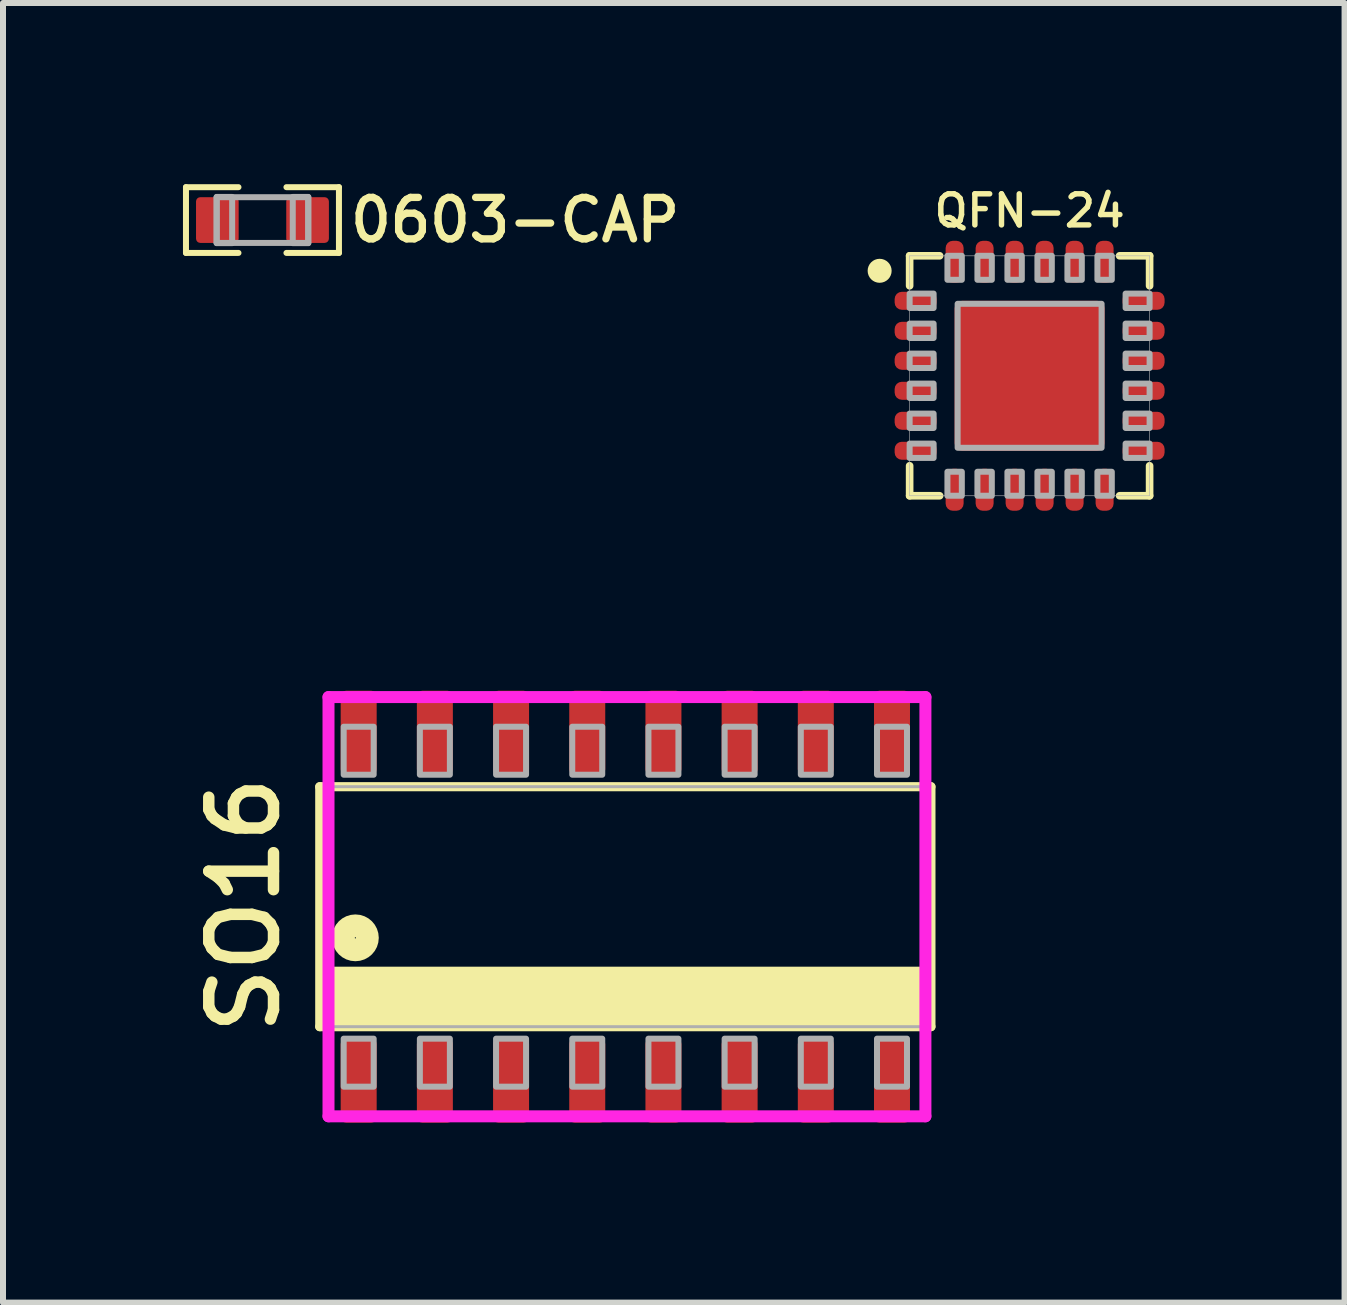
<source format=kicad_pcb>
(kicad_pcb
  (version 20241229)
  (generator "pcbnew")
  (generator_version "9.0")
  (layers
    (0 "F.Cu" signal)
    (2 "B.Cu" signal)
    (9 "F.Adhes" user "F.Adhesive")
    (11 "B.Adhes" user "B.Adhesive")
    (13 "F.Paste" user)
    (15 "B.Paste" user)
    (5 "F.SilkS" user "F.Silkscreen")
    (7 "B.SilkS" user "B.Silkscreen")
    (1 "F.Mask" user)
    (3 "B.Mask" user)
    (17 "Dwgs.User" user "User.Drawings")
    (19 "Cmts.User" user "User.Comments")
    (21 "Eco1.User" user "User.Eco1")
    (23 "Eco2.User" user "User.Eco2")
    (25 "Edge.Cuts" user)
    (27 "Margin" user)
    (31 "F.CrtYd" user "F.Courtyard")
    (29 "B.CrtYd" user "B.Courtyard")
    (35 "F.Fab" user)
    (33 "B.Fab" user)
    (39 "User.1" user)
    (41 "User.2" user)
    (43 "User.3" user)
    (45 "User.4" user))
  (footprint "QFN-24"
    (layer "F.Cu")
    (at 14.113 3.214)
    (property "Reference" "QFN-24" (at 0 -2.75 0) (layer "F.SilkS") (effects (font (size 0.518 0.518) (thickness 0.091))))
    (fp_line (start -2 -2) (end -1.5 -2) (stroke (width 0.127) (type solid)) (layer "F.SilkS"))
    (fp_line (start -2 -1.5) (end -2 -2) (stroke (width 0.127) (type solid)) (layer "F.SilkS"))
    (fp_line (start -2 1.5) (end -2 2) (stroke (width 0.127) (type solid)) (layer "F.SilkS"))
    (fp_line (start -2 2) (end -1.5 2) (stroke (width 0.127) (type solid)) (layer "F.SilkS"))
    (fp_line (start 1.5 -2) (end 2 -2) (stroke (width 0.127) (type solid)) (layer "F.SilkS"))
    (fp_line (start 2 -2) (end 2 -1.5) (stroke (width 0.127) (type solid)) (layer "F.SilkS"))
    (fp_line (start 2 1.5) (end 2 2) (stroke (width 0.127) (type solid)) (layer "F.SilkS"))
    (fp_line (start 2 2) (end 1.5 2) (stroke (width 0.127) (type solid)) (layer "F.SilkS"))
    (fp_circle (center -2.5 -1.75) (end -2.4 -1.75) (stroke (width 0.2) (type solid)) (fill no) (layer "F.SilkS"))
    (fp_line (start -2 -2) (end 2 -2) (stroke (width 0.01) (type solid)) (layer "F.Fab"))
    (fp_line (start -2 2) (end -2 -2) (stroke (width 0.01) (type solid)) (layer "F.Fab"))
    (fp_line (start 2 -2) (end 2 2) (stroke (width 0.01) (type solid)) (layer "F.Fab"))
    (fp_line (start 2 2) (end -2 2) (stroke (width 0.01) (type solid)) (layer "F.Fab"))
    (fp_poly (pts (xy -1.6 -1.13) (xy -1.6 -1.37) (xy -2 -1.37) (xy -2 -1.13)) (stroke (width 0.1) (type solid)) (fill no) (layer "F.Fab"))
    (fp_poly (pts (xy -1.6 -0.63) (xy -1.6 -0.87) (xy -2 -0.87) (xy -2 -0.63)) (stroke (width 0.1) (type solid)) (fill no) (layer "F.Fab"))
    (fp_poly (pts (xy -1.6 -0.13) (xy -1.6 -0.37) (xy -2 -0.37) (xy -2 -0.13)) (stroke (width 0.1) (type solid)) (fill no) (layer "F.Fab"))
    (fp_poly (pts (xy -1.6 0.37) (xy -1.6 0.13) (xy -2 0.13) (xy -2 0.37)) (stroke (width 0.1) (type solid)) (fill no) (layer "F.Fab"))
    (fp_poly (pts (xy -1.6 0.87) (xy -1.6 0.63) (xy -2 0.63) (xy -2 0.87)) (stroke (width 0.1) (type solid)) (fill no) (layer "F.Fab"))
    (fp_poly (pts (xy -1.6 1.37) (xy -1.6 1.13) (xy -2 1.13) (xy -2 1.37)) (stroke (width 0.1) (type solid)) (fill no) (layer "F.Fab"))
    (fp_poly (pts (xy -1.37 -1.6) (xy -1.13 -1.6) (xy -1.13 -2) (xy -1.37 -2)) (stroke (width 0.1) (type solid)) (fill no) (layer "F.Fab"))
    (fp_poly (pts (xy -1.2 1.2) (xy 1.2 1.2) (xy 1.2 -1.2) (xy -1.2 -1.2)) (stroke (width 0.1) (type solid)) (fill no) (layer "F.Fab"))
    (fp_poly (pts (xy -1.13 1.6) (xy -1.37 1.6) (xy -1.37 2) (xy -1.13 2)) (stroke (width 0.1) (type solid)) (fill no) (layer "F.Fab"))
    (fp_poly (pts (xy -0.87 -1.6) (xy -0.63 -1.6) (xy -0.63 -2) (xy -0.87 -2)) (stroke (width 0.1) (type solid)) (fill no) (layer "F.Fab"))
    (fp_poly (pts (xy -0.63 1.6) (xy -0.87 1.6) (xy -0.87 2) (xy -0.63 2)) (stroke (width 0.1) (type solid)) (fill no) (layer "F.Fab"))
    (fp_poly (pts (xy -0.37 -1.6) (xy -0.13 -1.6) (xy -0.13 -2) (xy -0.37 -2)) (stroke (width 0.1) (type solid)) (fill no) (layer "F.Fab"))
    (fp_poly (pts (xy -0.13 1.6) (xy -0.37 1.6) (xy -0.37 2) (xy -0.13 2)) (stroke (width 0.1) (type solid)) (fill no) (layer "F.Fab"))
    (fp_poly (pts (xy 0.13 -1.6) (xy 0.37 -1.6) (xy 0.37 -2) (xy 0.13 -2)) (stroke (width 0.1) (type solid)) (fill no) (layer "F.Fab"))
    (fp_poly (pts (xy 0.37 1.6) (xy 0.13 1.6) (xy 0.13 2) (xy 0.37 2)) (stroke (width 0.1) (type solid)) (fill no) (layer "F.Fab"))
    (fp_poly (pts (xy 0.63 -1.6) (xy 0.87 -1.6) (xy 0.87 -2) (xy 0.63 -2)) (stroke (width 0.1) (type solid)) (fill no) (layer "F.Fab"))
    (fp_poly (pts (xy 0.87 1.6) (xy 0.63 1.6) (xy 0.63 2) (xy 0.87 2)) (stroke (width 0.1) (type solid)) (fill no) (layer "F.Fab"))
    (fp_poly (pts (xy 1.13 -1.6) (xy 1.37 -1.6) (xy 1.37 -2) (xy 1.13 -2)) (stroke (width 0.1) (type solid)) (fill no) (layer "F.Fab"))
    (fp_poly (pts (xy 1.37 1.6) (xy 1.13 1.6) (xy 1.13 2) (xy 1.37 2)) (stroke (width 0.1) (type solid)) (fill no) (layer "F.Fab"))
    (fp_poly (pts (xy 1.6 -1.37) (xy 1.6 -1.13) (xy 2 -1.13) (xy 2 -1.37)) (stroke (width 0.1) (type solid)) (fill no) (layer "F.Fab"))
    (fp_poly (pts (xy 1.6 -0.87) (xy 1.6 -0.63) (xy 2 -0.63) (xy 2 -0.87)) (stroke (width 0.1) (type solid)) (fill no) (layer "F.Fab"))
    (fp_poly (pts (xy 1.6 -0.37) (xy 1.6 -0.13) (xy 2 -0.13) (xy 2 -0.37)) (stroke (width 0.1) (type solid)) (fill no) (layer "F.Fab"))
    (fp_poly (pts (xy 1.6 0.13) (xy 1.6 0.37) (xy 2 0.37) (xy 2 0.13)) (stroke (width 0.1) (type solid)) (fill no) (layer "F.Fab"))
    (fp_poly (pts (xy 1.6 0.63) (xy 1.6 0.87) (xy 2 0.87) (xy 2 0.63)) (stroke (width 0.1) (type solid)) (fill no) (layer "F.Fab"))
    (fp_poly (pts (xy 1.6 1.13) (xy 1.6 1.37) (xy 2 1.37) (xy 2 1.13)) (stroke (width 0.1) (type solid)) (fill no) (layer "F.Fab"))
    (pad "1" smd roundrect (at -1.9 -1.25 180) (size 0.7 0.3) (layers "F.Cu" "F.Mask" "F.Paste") (roundrect_rratio 0.4))
    (pad "2" smd roundrect (at -1.9 -0.75 180) (size 0.7 0.3) (layers "F.Cu" "F.Mask" "F.Paste") (roundrect_rratio 0.4))
    (pad "3" smd roundrect (at -1.9 -0.25 180) (size 0.7 0.3) (layers "F.Cu" "F.Mask" "F.Paste") (roundrect_rratio 0.4))
    (pad "4" smd roundrect (at -1.9 0.25 180) (size 0.7 0.3) (layers "F.Cu" "F.Mask" "F.Paste") (roundrect_rratio 0.4))
    (pad "5" smd roundrect (at -1.9 0.75 180) (size 0.7 0.3) (layers "F.Cu" "F.Mask" "F.Paste") (roundrect_rratio 0.4))
    (pad "6" smd roundrect (at -1.9 1.25 180) (size 0.7 0.3) (layers "F.Cu" "F.Mask" "F.Paste") (roundrect_rratio 0.4))
    (pad "7" smd roundrect (at -1.25 1.9 270) (size 0.7 0.3) (layers "F.Cu" "F.Mask" "F.Paste") (roundrect_rratio 0.4))
    (pad "8" smd roundrect (at -0.75 1.9 270) (size 0.7 0.3) (layers "F.Cu" "F.Mask" "F.Paste") (roundrect_rratio 0.4))
    (pad "9" smd roundrect (at -0.25 1.9 270) (size 0.7 0.3) (layers "F.Cu" "F.Mask" "F.Paste") (roundrect_rratio 0.4))
    (pad "10" smd roundrect (at 0.25 1.9 270) (size 0.7 0.3) (layers "F.Cu" "F.Mask" "F.Paste") (roundrect_rratio 0.4))
    (pad "11" smd roundrect (at 0.75 1.9 270) (size 0.7 0.3) (layers "F.Cu" "F.Mask" "F.Paste") (roundrect_rratio 0.4))
    (pad "12" smd roundrect (at 1.25 1.9 270) (size 0.7 0.3) (layers "F.Cu" "F.Mask" "F.Paste") (roundrect_rratio 0.4))
    (pad "13" smd roundrect (at 1.9 1.25) (size 0.7 0.3) (layers "F.Cu" "F.Mask" "F.Paste") (roundrect_rratio 0.4))
    (pad "14" smd roundrect (at 1.9 0.75) (size 0.7 0.3) (layers "F.Cu" "F.Mask" "F.Paste") (roundrect_rratio 0.4))
    (pad "15" smd roundrect (at 1.9 0.25) (size 0.7 0.3) (layers "F.Cu" "F.Mask" "F.Paste") (roundrect_rratio 0.4))
    (pad "16" smd roundrect (at 1.9 -0.25) (size 0.7 0.3) (layers "F.Cu" "F.Mask" "F.Paste") (roundrect_rratio 0.4))
    (pad "17" smd roundrect (at 1.9 -0.75) (size 0.7 0.3) (layers "F.Cu" "F.Mask" "F.Paste") (roundrect_rratio 0.4))
    (pad "18" smd roundrect (at 1.9 -1.25) (size 0.7 0.3) (layers "F.Cu" "F.Mask" "F.Paste") (roundrect_rratio 0.4))
    (pad "19" smd roundrect (at 1.25 -1.9 90) (size 0.7 0.3) (layers "F.Cu" "F.Mask" "F.Paste") (roundrect_rratio 0.4))
    (pad "20" smd roundrect (at 0.75 -1.9 90) (size 0.7 0.3) (layers "F.Cu" "F.Mask" "F.Paste") (roundrect_rratio 0.4))
    (pad "21" smd roundrect (at 0.25 -1.9 90) (size 0.7 0.3) (layers "F.Cu" "F.Mask" "F.Paste") (roundrect_rratio 0.4))
    (pad "22" smd roundrect (at -0.25 -1.9 90) (size 0.7 0.3) (layers "F.Cu" "F.Mask" "F.Paste") (roundrect_rratio 0.4))
    (pad "23" smd roundrect (at -0.75 -1.9 90) (size 0.7 0.3) (layers "F.Cu" "F.Mask" "F.Paste") (roundrect_rratio 0.4))
    (pad "24" smd roundrect (at -1.25 -1.9 90) (size 0.7 0.3) (layers "F.Cu" "F.Mask" "F.Paste") (roundrect_rratio 0.4))
    (pad "PAD" smd roundrect (at 0 0) (size 2.5 2.5) (layers "F.Cu" "F.Mask" "F.Paste") (roundrect_rratio 0.05)))
  (footprint "SO16"
    (layer "F.Cu")
    (at 7.374 12.064)
    (property "Reference" "SO16" (at -5.723 -0.027 90) (layer "F.SilkS") (effects (font (size 1.079 1.079) (thickness 0.191)) (justify bottom)))
    (fp_line (start -5.094 -2) (end 5.094 -2) (stroke (width 0.152) (type solid)) (layer "F.SilkS"))
    (fp_line (start -5.094 2) (end -5.094 -2) (stroke (width 0.152) (type solid)) (layer "F.SilkS"))
    (fp_line (start 5.094 -2) (end 5.094 2) (stroke (width 0.152) (type solid)) (layer "F.SilkS"))
    (fp_line (start 5.094 2) (end -5.094 2) (stroke (width 0.152) (type solid)) (layer "F.SilkS"))
    (fp_circle (center -4.5 0.519) (end -4.3 0.519) (stroke (width 0.38) (type solid)) (fill no) (layer "F.SilkS"))
    (fp_poly (pts (xy -5 2) (xy 5 2) (xy 5 1) (xy -5 1)) (stroke (width 0) (type solid)) (fill yes) (layer "F.SilkS"))
    (fp_line (start -4.948 -3.494) (end 5.002 -3.494) (stroke (width 0.2) (type solid)) (layer "F.CrtYd"))
    (fp_line (start -4.948 3.494) (end -4.948 -3.494) (stroke (width 0.2) (type solid)) (layer "F.CrtYd"))
    (fp_line (start 5.002 -3.494) (end 5.002 3.494) (stroke (width 0.2) (type solid)) (layer "F.CrtYd"))
    (fp_line (start 5.002 3.494) (end -4.948 3.494) (stroke (width 0.2) (type solid)) (layer "F.CrtYd"))
    (fp_line (start -5 -2) (end 5 -2) (stroke (width 0.05) (type solid)) (layer "F.Fab"))
    (fp_line (start -5 2) (end -5 -2) (stroke (width 0.05) (type solid)) (layer "F.Fab"))
    (fp_line (start 5 -2) (end 5 2) (stroke (width 0.05) (type solid)) (layer "F.Fab"))
    (fp_line (start 5 2) (end -5 2) (stroke (width 0.05) (type solid)) (layer "F.Fab"))
    (fp_poly (pts (xy -4.695 -2.2) (xy -4.195 -2.2) (xy -4.195 -3) (xy -4.695 -3)) (stroke (width 0.1) (type solid)) (fill no) (layer "F.Fab"))
    (fp_poly (pts (xy -4.695 3) (xy -4.195 3) (xy -4.195 2.2) (xy -4.695 2.2)) (stroke (width 0.1) (type solid)) (fill no) (layer "F.Fab"))
    (fp_poly (pts (xy -3.425 -2.2) (xy -2.925 -2.2) (xy -2.925 -3) (xy -3.425 -3)) (stroke (width 0.1) (type solid)) (fill no) (layer "F.Fab"))
    (fp_poly (pts (xy -3.425 3) (xy -2.925 3) (xy -2.925 2.2) (xy -3.425 2.2)) (stroke (width 0.1) (type solid)) (fill no) (layer "F.Fab"))
    (fp_poly (pts (xy -2.155 -2.2) (xy -1.655 -2.2) (xy -1.655 -3) (xy -2.155 -3)) (stroke (width 0.1) (type solid)) (fill no) (layer "F.Fab"))
    (fp_poly (pts (xy -2.155 3) (xy -1.655 3) (xy -1.655 2.2) (xy -2.155 2.2)) (stroke (width 0.1) (type solid)) (fill no) (layer "F.Fab"))
    (fp_poly (pts (xy -0.885 -2.2) (xy -0.385 -2.2) (xy -0.385 -3) (xy -0.885 -3)) (stroke (width 0.1) (type solid)) (fill no) (layer "F.Fab"))
    (fp_poly (pts (xy -0.885 3) (xy -0.385 3) (xy -0.385 2.2) (xy -0.885 2.2)) (stroke (width 0.1) (type solid)) (fill no) (layer "F.Fab"))
    (fp_poly (pts (xy 0.385 -2.2) (xy 0.885 -2.2) (xy 0.885 -3) (xy 0.385 -3)) (stroke (width 0.1) (type solid)) (fill no) (layer "F.Fab"))
    (fp_poly (pts (xy 0.385 3) (xy 0.885 3) (xy 0.885 2.2) (xy 0.385 2.2)) (stroke (width 0.1) (type solid)) (fill no) (layer "F.Fab"))
    (fp_poly (pts (xy 1.655 -2.2) (xy 2.155 -2.2) (xy 2.155 -3) (xy 1.655 -3)) (stroke (width 0.1) (type solid)) (fill no) (layer "F.Fab"))
    (fp_poly (pts (xy 1.655 3) (xy 2.155 3) (xy 2.155 2.2) (xy 1.655 2.2)) (stroke (width 0.1) (type solid)) (fill no) (layer "F.Fab"))
    (fp_poly (pts (xy 2.925 -2.2) (xy 3.425 -2.2) (xy 3.425 -3) (xy 2.925 -3)) (stroke (width 0.1) (type solid)) (fill no) (layer "F.Fab"))
    (fp_poly (pts (xy 2.925 3) (xy 3.425 3) (xy 3.425 2.2) (xy 2.925 2.2)) (stroke (width 0.1) (type solid)) (fill no) (layer "F.Fab"))
    (fp_poly (pts (xy 4.195 -2.2) (xy 4.695 -2.2) (xy 4.695 -3) (xy 4.195 -3)) (stroke (width 0.1) (type solid)) (fill no) (layer "F.Fab"))
    (fp_poly (pts (xy 4.195 3) (xy 4.695 3) (xy 4.695 2.2) (xy 4.195 2.2)) (stroke (width 0.1) (type solid)) (fill no) (layer "F.Fab"))
    (pad "1" smd roundrect (at -4.445 2.9) (size 0.6 1.4) (layers "F.Cu" "F.Mask" "F.Paste") (roundrect_rratio 0.15))
    (pad "2" smd roundrect (at -3.175 2.9) (size 0.6 1.4) (layers "F.Cu" "F.Mask" "F.Paste") (roundrect_rratio 0.15))
    (pad "3" smd roundrect (at -1.905 2.9) (size 0.6 1.4) (layers "F.Cu" "F.Mask" "F.Paste") (roundrect_rratio 0.15))
    (pad "4" smd roundrect (at -0.635 2.9) (size 0.6 1.4) (layers "F.Cu" "F.Mask" "F.Paste") (roundrect_rratio 0.15))
    (pad "5" smd roundrect (at 0.635 2.9) (size 0.6 1.4) (layers "F.Cu" "F.Mask" "F.Paste") (roundrect_rratio 0.15))
    (pad "6" smd roundrect (at 1.905 2.9) (size 0.6 1.4) (layers "F.Cu" "F.Mask" "F.Paste") (roundrect_rratio 0.15))
    (pad "7" smd roundrect (at 3.175 2.9) (size 0.6 1.4) (layers "F.Cu" "F.Mask" "F.Paste") (roundrect_rratio 0.15))
    (pad "8" smd roundrect (at 4.445 2.9) (size 0.6 1.4) (layers "F.Cu" "F.Mask" "F.Paste") (roundrect_rratio 0.15))
    (pad "9" smd roundrect (at 4.445 -2.9) (size 0.6 1.4) (layers "F.Cu" "F.Mask" "F.Paste") (roundrect_rratio 0.15))
    (pad "10" smd roundrect (at 3.175 -2.9) (size 0.6 1.4) (layers "F.Cu" "F.Mask" "F.Paste") (roundrect_rratio 0.15))
    (pad "11" smd roundrect (at 1.905 -2.9) (size 0.6 1.4) (layers "F.Cu" "F.Mask" "F.Paste") (roundrect_rratio 0.15))
    (pad "12" smd roundrect (at 0.635 -2.9) (size 0.6 1.4) (layers "F.Cu" "F.Mask" "F.Paste") (roundrect_rratio 0.15))
    (pad "13" smd roundrect (at -0.635 -2.9) (size 0.6 1.4) (layers "F.Cu" "F.Mask" "F.Paste") (roundrect_rratio 0.15))
    (pad "14" smd roundrect (at -1.905 -2.9) (size 0.6 1.4) (layers "F.Cu" "F.Mask" "F.Paste") (roundrect_rratio 0.15))
    (pad "15" smd roundrect (at -3.175 -2.9) (size 0.6 1.4) (layers "F.Cu" "F.Mask" "F.Paste") (roundrect_rratio 0.15))
    (pad "16" smd roundrect (at -4.445 -2.9) (size 0.6 1.4) (layers "F.Cu" "F.Mask" "F.Paste") (roundrect_rratio 0.15)))
  (footprint "0603-CAP"
    (layer "F.Cu")
    (at 1.325 0.618)
    (property "Reference" "0603-CAP" (at 1.4 0 0) (layer "F.SilkS") (effects (font (size 0.691 0.691) (thickness 0.122)) (justify left)))
    (fp_line (start -1.275 -0.548) (end -0.4 -0.548) (stroke (width 0.1) (type solid)) (layer "F.SilkS"))
    (fp_line (start -1.275 0.548) (end -1.275 -0.548) (stroke (width 0.1) (type solid)) (layer "F.SilkS"))
    (fp_line (start -0.4 0.548) (end -1.275 0.548) (stroke (width 0.1) (type solid)) (layer "F.SilkS"))
    (fp_line (start 0.4 -0.548) (end 1.275 -0.548) (stroke (width 0.1) (type solid)) (layer "F.SilkS"))
    (fp_line (start 1.275 -0.548) (end 1.275 0.548) (stroke (width 0.1) (type solid)) (layer "F.SilkS"))
    (fp_line (start 1.275 0.548) (end 0.4 0.548) (stroke (width 0.1) (type solid)) (layer "F.SilkS"))
    (fp_line (start -0.762 -0.381) (end 0.762 -0.381) (stroke (width 0.1) (type solid)) (layer "F.Fab"))
    (fp_line (start -0.762 0.381) (end -0.762 -0.381) (stroke (width 0.1) (type solid)) (layer "F.Fab"))
    (fp_line (start 0.762 -0.381) (end 0.762 0.381) (stroke (width 0.1) (type solid)) (layer "F.Fab"))
    (fp_line (start 0.762 0.381) (end -0.762 0.381) (stroke (width 0.1) (type solid)) (layer "F.Fab"))
    (fp_poly (pts (xy -0.505 0.385) (xy -0.765 0.385) (xy -0.765 -0.385) (xy -0.505 -0.385)) (stroke (width 0.1) (type solid)) (fill no) (layer "F.Fab"))
    (fp_poly (pts (xy 0.765 0.385) (xy 0.505 0.385) (xy 0.505 -0.385) (xy 0.765 -0.385)) (stroke (width 0.1) (type solid)) (fill no) (layer "F.Fab"))
    (pad "1" smd roundrect (at -0.752 0) (size 0.711 0.762) (layers "F.Cu" "F.Mask" "F.Paste") (roundrect_rratio 0.1))
    (pad "2" smd roundrect (at 0.752 0) (size 0.711 0.762) (layers "F.Cu" "F.Mask" "F.Paste") (roundrect_rratio 0.1)))
  (gr_rect
    (start -3 -3)
    (end 19.363 18.664)
    (stroke (width 0.1) (type default))
    (fill no)
    (layer "Edge.Cuts")))
</source>
